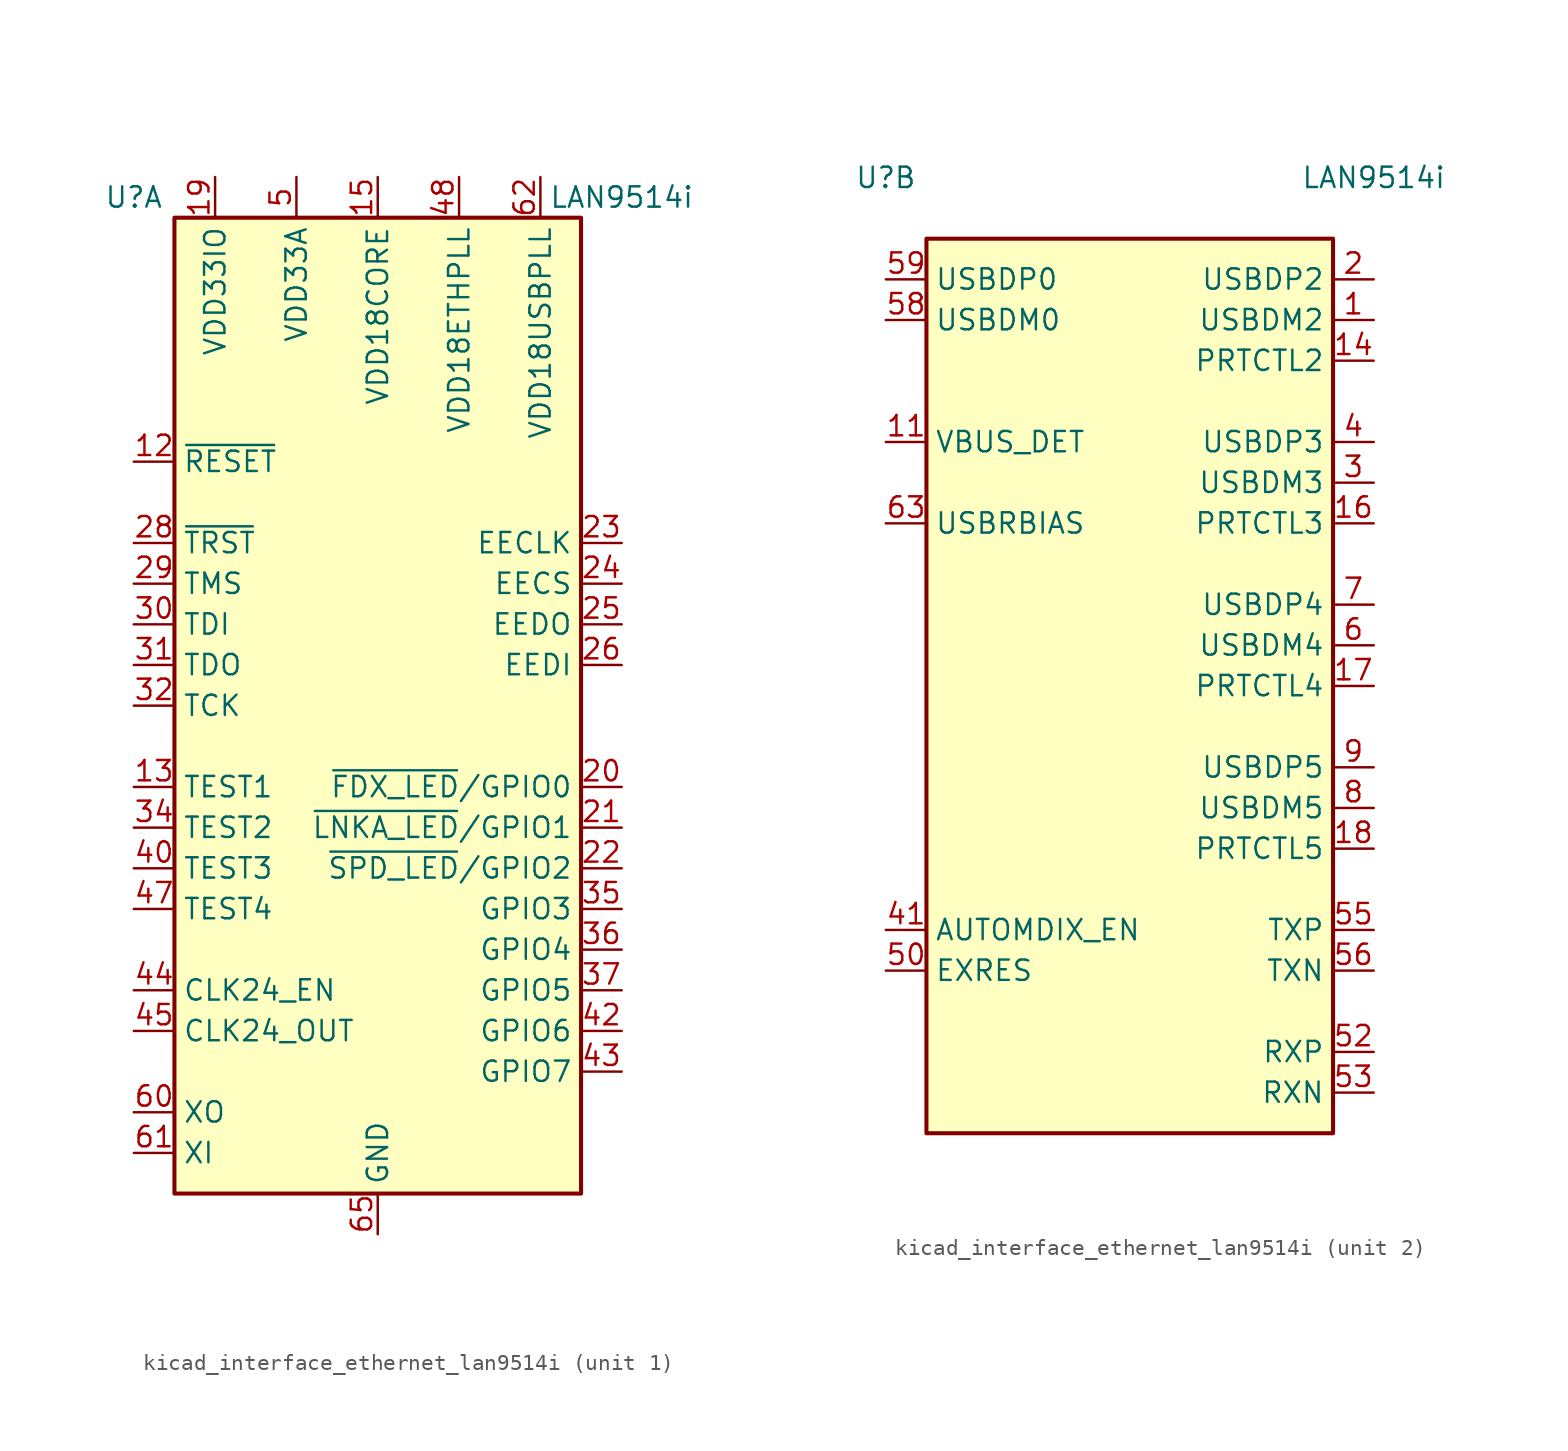
<source format=kicad_sym>
(kicad_symbol_lib
  (version 20220914)
  (generator kicad_symbol_editor)
  (symbol "kicad_interface_ethernet_lan9514i"
    (property "Reference" "U"
      (at -15.24 31.75 0)
      (effects (font (size 1.27 1.27))))
    (property "Value" "LAN9514i"
      (at 15.24 31.75 0)
      (effects (font (size 1.27 1.27))))
    (property "ki_locked" ""
      (at 0 0 0)
      (effects (font (size 1.27 1.27))))
    (symbol "kicad_interface_ethernet_lan9514i_1_1"
      (rectangle (start -12.7 30.48) (end 12.7 -30.48) (stroke (width 0.254) (type default)) (fill (type background)))
      (pin passive line (at -5.08 33.02 270) (length 2.54) hide (name "VDD33A" (effects (font (size 1.27 1.27)))) (number "10" (effects (font (size 1.27 1.27)))))
      (pin input line (at -15.24 15.24 0) (length 2.54) (name "~{RESET}" (effects (font (size 1.27 1.27)))) (number "12" (effects (font (size 1.27 1.27)))))
      (pin input line (at -15.24 -5.08 0) (length 2.54) (name "TEST1" (effects (font (size 1.27 1.27)))) (number "13" (effects (font (size 1.27 1.27)))))
      (pin power_in line (at 0 33.02 270) (length 2.54) (name "VDD18CORE" (effects (font (size 1.27 1.27)))) (number "15" (effects (font (size 1.27 1.27)))))
      (pin power_in line (at -10.16 33.02 270) (length 2.54) (name "VDD33IO" (effects (font (size 1.27 1.27)))) (number "19" (effects (font (size 1.27 1.27)))))
      (pin bidirectional line (at 15.24 -5.08 180) (length 2.54) (name "~{FDX_LED}/GPIO0" (effects (font (size 1.27 1.27)))) (number "20" (effects (font (size 1.27 1.27)))))
      (pin bidirectional line (at 15.24 -7.62 180) (length 2.54) (name "~{LNKA_LED}/GPIO1" (effects (font (size 1.27 1.27)))) (number "21" (effects (font (size 1.27 1.27)))))
      (pin bidirectional line (at 15.24 -10.16 180) (length 2.54) (name "~{SPD_LED}/GPIO2" (effects (font (size 1.27 1.27)))) (number "22" (effects (font (size 1.27 1.27)))))
      (pin output line (at 15.24 10.16 180) (length 2.54) (name "EECLK" (effects (font (size 1.27 1.27)))) (number "23" (effects (font (size 1.27 1.27)))))
      (pin output line (at 15.24 7.62 180) (length 2.54) (name "EECS" (effects (font (size 1.27 1.27)))) (number "24" (effects (font (size 1.27 1.27)))))
      (pin output line (at 15.24 5.08 180) (length 2.54) (name "EEDO" (effects (font (size 1.27 1.27)))) (number "25" (effects (font (size 1.27 1.27)))))
      (pin input line (at 15.24 2.54 180) (length 2.54) (name "EEDI" (effects (font (size 1.27 1.27)))) (number "26" (effects (font (size 1.27 1.27)))))
      (pin passive line (at -10.16 33.02 270) (length 2.54) hide (name "VDD33IO" (effects (font (size 1.27 1.27)))) (number "27" (effects (font (size 1.27 1.27)))))
      (pin input line (at -15.24 10.16 0) (length 2.54) (name "~{TRST}" (effects (font (size 1.27 1.27)))) (number "28" (effects (font (size 1.27 1.27)))))
      (pin input line (at -15.24 7.62 0) (length 2.54) (name "TMS" (effects (font (size 1.27 1.27)))) (number "29" (effects (font (size 1.27 1.27)))))
      (pin input line (at -15.24 5.08 0) (length 2.54) (name "TDI" (effects (font (size 1.27 1.27)))) (number "30" (effects (font (size 1.27 1.27)))))
      (pin output line (at -15.24 2.54 0) (length 2.54) (name "TDO" (effects (font (size 1.27 1.27)))) (number "31" (effects (font (size 1.27 1.27)))))
      (pin input line (at -15.24 0 0) (length 2.54) (name "TCK" (effects (font (size 1.27 1.27)))) (number "32" (effects (font (size 1.27 1.27)))))
      (pin passive line (at -10.16 33.02 270) (length 2.54) hide (name "VDD33IO" (effects (font (size 1.27 1.27)))) (number "33" (effects (font (size 1.27 1.27)))))
      (pin input line (at -15.24 -7.62 0) (length 2.54) (name "TEST2" (effects (font (size 1.27 1.27)))) (number "34" (effects (font (size 1.27 1.27)))))
      (pin bidirectional line (at 15.24 -12.7 180) (length 2.54) (name "GPIO3" (effects (font (size 1.27 1.27)))) (number "35" (effects (font (size 1.27 1.27)))))
      (pin bidirectional line (at 15.24 -15.24 180) (length 2.54) (name "GPIO4" (effects (font (size 1.27 1.27)))) (number "36" (effects (font (size 1.27 1.27)))))
      (pin bidirectional line (at 15.24 -17.78 180) (length 2.54) (name "GPIO5" (effects (font (size 1.27 1.27)))) (number "37" (effects (font (size 1.27 1.27)))))
      (pin passive line (at 0 33.02 270) (length 2.54) hide (name "VDD18CORE" (effects (font (size 1.27 1.27)))) (number "38" (effects (font (size 1.27 1.27)))))
      (pin passive line (at -10.16 33.02 270) (length 2.54) hide (name "VDD33IO" (effects (font (size 1.27 1.27)))) (number "39" (effects (font (size 1.27 1.27)))))
      (pin input line (at -15.24 -10.16 0) (length 2.54) (name "TEST3" (effects (font (size 1.27 1.27)))) (number "40" (effects (font (size 1.27 1.27)))))
      (pin bidirectional line (at 15.24 -20.32 180) (length 2.54) (name "GPIO6" (effects (font (size 1.27 1.27)))) (number "42" (effects (font (size 1.27 1.27)))))
      (pin bidirectional line (at 15.24 -22.86 180) (length 2.54) (name "GPIO7" (effects (font (size 1.27 1.27)))) (number "43" (effects (font (size 1.27 1.27)))))
      (pin input line (at -15.24 -17.78 0) (length 2.54) (name "CLK24_EN" (effects (font (size 1.27 1.27)))) (number "44" (effects (font (size 1.27 1.27)))))
      (pin output line (at -15.24 -20.32 0) (length 2.54) (name "CLK24_OUT" (effects (font (size 1.27 1.27)))) (number "45" (effects (font (size 1.27 1.27)))))
      (pin passive line (at -10.16 33.02 270) (length 2.54) hide (name "VDD33IO" (effects (font (size 1.27 1.27)))) (number "46" (effects (font (size 1.27 1.27)))))
      (pin input line (at -15.24 -12.7 0) (length 2.54) (name "TEST4" (effects (font (size 1.27 1.27)))) (number "47" (effects (font (size 1.27 1.27)))))
      (pin power_in line (at 5.08 33.02 270) (length 2.54) (name "VDD18ETHPLL" (effects (font (size 1.27 1.27)))) (number "48" (effects (font (size 1.27 1.27)))))
      (pin passive line (at -5.08 33.02 270) (length 2.54) hide (name "VDD33A" (effects (font (size 1.27 1.27)))) (number "49" (effects (font (size 1.27 1.27)))))
      (pin power_in line (at -5.08 33.02 270) (length 2.54) (name "VDD33A" (effects (font (size 1.27 1.27)))) (number "5" (effects (font (size 1.27 1.27)))))
      (pin passive line (at -5.08 33.02 270) (length 2.54) hide (name "VDD33A" (effects (font (size 1.27 1.27)))) (number "51" (effects (font (size 1.27 1.27)))))
      (pin passive line (at -5.08 33.02 270) (length 2.54) hide (name "VDD33A" (effects (font (size 1.27 1.27)))) (number "54" (effects (font (size 1.27 1.27)))))
      (pin passive line (at -5.08 33.02 270) (length 2.54) hide (name "VDD33A" (effects (font (size 1.27 1.27)))) (number "57" (effects (font (size 1.27 1.27)))))
      (pin input line (at -15.24 -25.4 0) (length 2.54) (name "XO" (effects (font (size 1.27 1.27)))) (number "60" (effects (font (size 1.27 1.27)))))
      (pin input line (at -15.24 -27.94 0) (length 2.54) (name "XI" (effects (font (size 1.27 1.27)))) (number "61" (effects (font (size 1.27 1.27)))))
      (pin power_in line (at 10.16 33.02 270) (length 2.54) (name "VDD18USBPLL" (effects (font (size 1.27 1.27)))) (number "62" (effects (font (size 1.27 1.27)))))
      (pin passive line (at -5.08 33.02 270) (length 2.54) hide (name "VDD33A" (effects (font (size 1.27 1.27)))) (number "64" (effects (font (size 1.27 1.27)))))
      (pin power_in line (at 0 -33.02 90) (length 2.54) (name "GND" (effects (font (size 1.27 1.27)))) (number "65" (effects (font (size 1.27 1.27))))))
    (symbol "kicad_interface_ethernet_lan9514i_2_1"
      (rectangle (start 12.7 -27.94) (end -12.7 27.94) (stroke (width 0.254) (type default)) (fill (type background)))
      (pin bidirectional line (at 15.24 22.86 180) (length 2.54) (name "USBDM2" (effects (font (size 1.27 1.27)))) (number "1" (effects (font (size 1.27 1.27)))))
      (pin input line (at -15.24 15.24 0) (length 2.54) (name "VBUS_DET" (effects (font (size 1.27 1.27)))) (number "11" (effects (font (size 1.27 1.27)))))
      (pin bidirectional line (at 15.24 20.32 180) (length 2.54) (name "PRTCTL2" (effects (font (size 1.27 1.27)))) (number "14" (effects (font (size 1.27 1.27)))))
      (pin bidirectional line (at 15.24 10.16 180) (length 2.54) (name "PRTCTL3" (effects (font (size 1.27 1.27)))) (number "16" (effects (font (size 1.27 1.27)))))
      (pin bidirectional line (at 15.24 0 180) (length 2.54) (name "PRTCTL4" (effects (font (size 1.27 1.27)))) (number "17" (effects (font (size 1.27 1.27)))))
      (pin bidirectional line (at 15.24 -10.16 180) (length 2.54) (name "PRTCTL5" (effects (font (size 1.27 1.27)))) (number "18" (effects (font (size 1.27 1.27)))))
      (pin bidirectional line (at 15.24 25.4 180) (length 2.54) (name "USBDP2" (effects (font (size 1.27 1.27)))) (number "2" (effects (font (size 1.27 1.27)))))
      (pin bidirectional line (at 15.24 12.7 180) (length 2.54) (name "USBDM3" (effects (font (size 1.27 1.27)))) (number "3" (effects (font (size 1.27 1.27)))))
      (pin bidirectional line (at 15.24 15.24 180) (length 2.54) (name "USBDP3" (effects (font (size 1.27 1.27)))) (number "4" (effects (font (size 1.27 1.27)))))
      (pin input line (at -15.24 -15.24 0) (length 2.54) (name "AUTOMDIX_EN" (effects (font (size 1.27 1.27)))) (number "41" (effects (font (size 1.27 1.27)))))
      (pin input line (at -15.24 -17.78 0) (length 2.54) (name "EXRES" (effects (font (size 1.27 1.27)))) (number "50" (effects (font (size 1.27 1.27)))))
      (pin input line (at 15.24 -22.86 180) (length 2.54) (name "RXP" (effects (font (size 1.27 1.27)))) (number "52" (effects (font (size 1.27 1.27)))))
      (pin input line (at 15.24 -25.4 180) (length 2.54) (name "RXN" (effects (font (size 1.27 1.27)))) (number "53" (effects (font (size 1.27 1.27)))))
      (pin output line (at 15.24 -15.24 180) (length 2.54) (name "TXP" (effects (font (size 1.27 1.27)))) (number "55" (effects (font (size 1.27 1.27)))))
      (pin output line (at 15.24 -17.78 180) (length 2.54) (name "TXN" (effects (font (size 1.27 1.27)))) (number "56" (effects (font (size 1.27 1.27)))))
      (pin bidirectional line (at -15.24 22.86 0) (length 2.54) (name "USBDM0" (effects (font (size 1.27 1.27)))) (number "58" (effects (font (size 1.27 1.27)))))
      (pin bidirectional line (at -15.24 25.4 0) (length 2.54) (name "USBDP0" (effects (font (size 1.27 1.27)))) (number "59" (effects (font (size 1.27 1.27)))))
      (pin bidirectional line (at 15.24 2.54 180) (length 2.54) (name "USBDM4" (effects (font (size 1.27 1.27)))) (number "6" (effects (font (size 1.27 1.27)))))
      (pin input line (at -15.24 10.16 0) (length 2.54) (name "USBRBIAS" (effects (font (size 1.27 1.27)))) (number "63" (effects (font (size 1.27 1.27)))))
      (pin bidirectional line (at 15.24 5.08 180) (length 2.54) (name "USBDP4" (effects (font (size 1.27 1.27)))) (number "7" (effects (font (size 1.27 1.27)))))
      (pin bidirectional line (at 15.24 -7.62 180) (length 2.54) (name "USBDM5" (effects (font (size 1.27 1.27)))) (number "8" (effects (font (size 1.27 1.27)))))
      (pin bidirectional line (at 15.24 -5.08 180) (length 2.54) (name "USBDP5" (effects (font (size 1.27 1.27)))) (number "9" (effects (font (size 1.27 1.27))))))))
</source>
